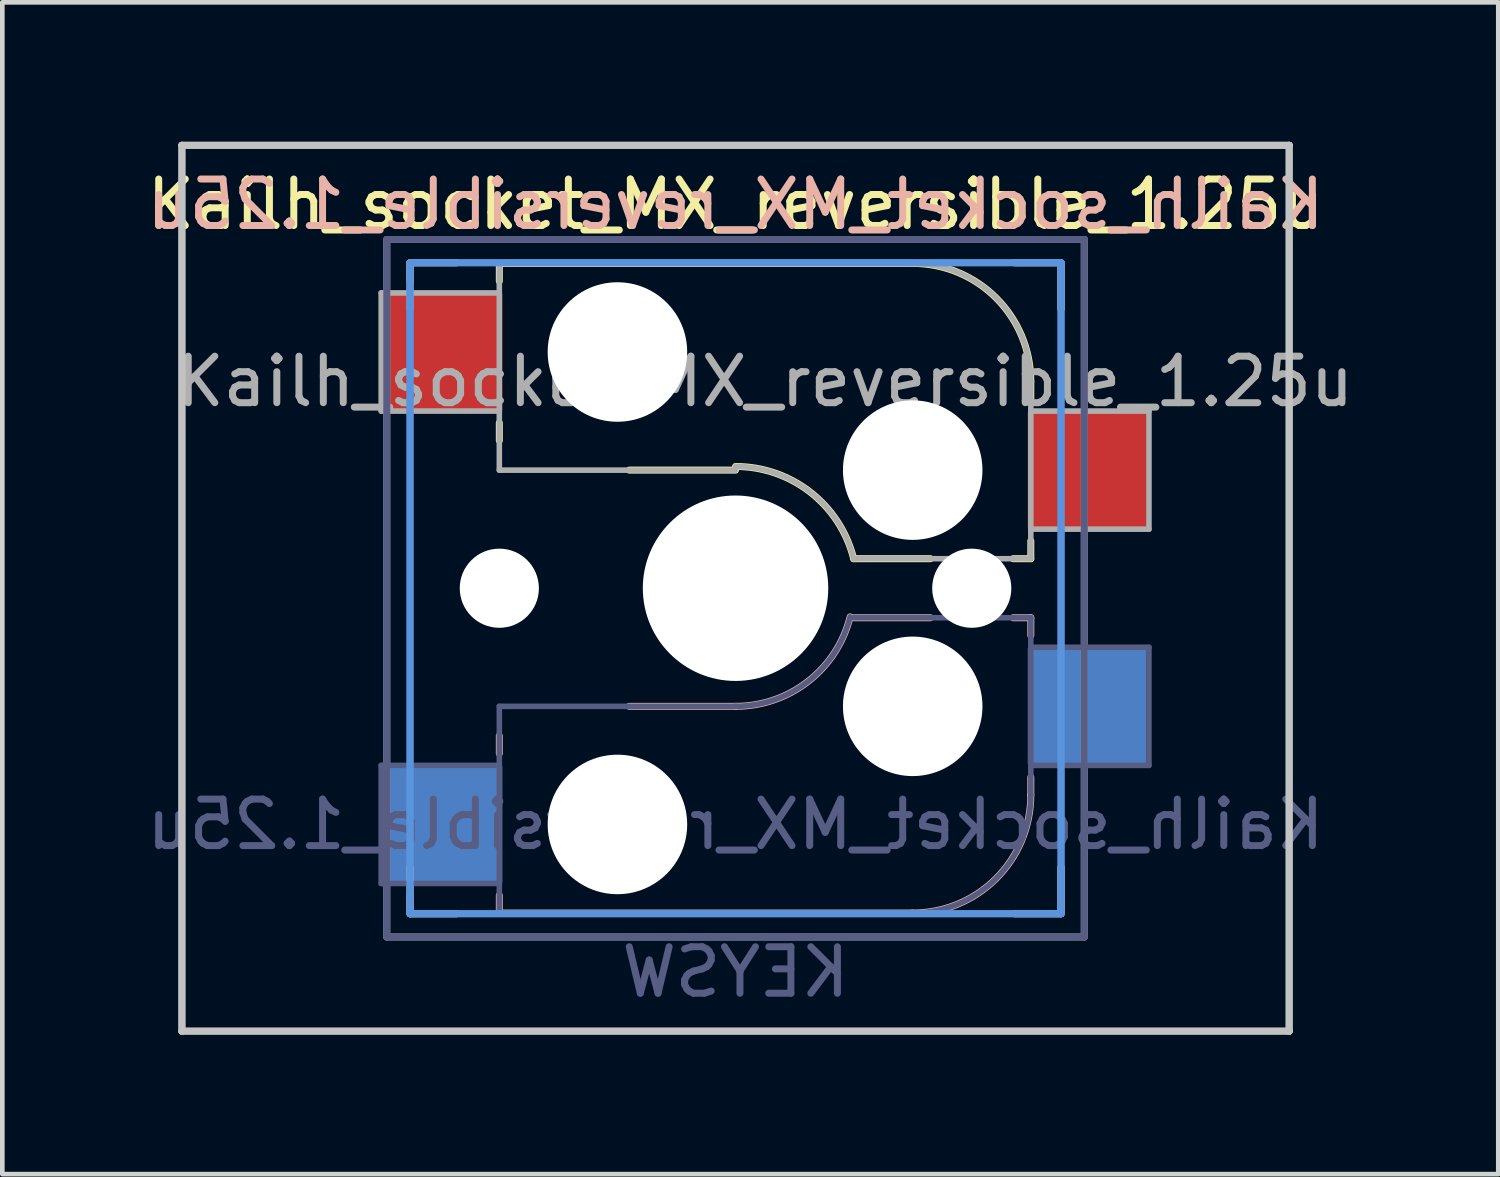
<source format=kicad_pcb>
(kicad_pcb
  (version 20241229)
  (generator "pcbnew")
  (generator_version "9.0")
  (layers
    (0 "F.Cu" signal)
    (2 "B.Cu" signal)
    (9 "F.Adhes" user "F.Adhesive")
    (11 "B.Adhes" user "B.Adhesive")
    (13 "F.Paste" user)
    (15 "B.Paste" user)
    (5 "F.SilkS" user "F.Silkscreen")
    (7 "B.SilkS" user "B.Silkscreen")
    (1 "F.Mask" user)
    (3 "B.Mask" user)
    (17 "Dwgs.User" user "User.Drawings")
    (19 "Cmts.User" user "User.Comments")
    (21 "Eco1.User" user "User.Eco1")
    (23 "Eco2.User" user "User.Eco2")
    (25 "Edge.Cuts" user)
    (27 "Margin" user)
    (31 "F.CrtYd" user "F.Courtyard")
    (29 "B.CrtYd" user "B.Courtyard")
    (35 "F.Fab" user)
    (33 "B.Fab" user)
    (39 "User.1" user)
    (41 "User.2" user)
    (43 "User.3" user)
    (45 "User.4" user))
  (footprint "Kailh_socket_MX_reversible_1.25u"
    (layer "F.Cu")
    (at 12.768 9.6)
    (property "Reference" "Kailh_socket_MX_reversible_1.25u" (at 0 -8.255 0) (layer "F.SilkS") (effects (font (size 1 1) (thickness 0.15))))
    (property "Value" "KEYSW" (at 0 8.255 0) (layer "F.Fab") (hide yes) (effects (font (size 1 1) (thickness 0.15))))
    (attr smd)
    (fp_line (start -7 -7) (end -6 -7) (stroke (width 0.15) (type solid)) (layer "F.SilkS"))
    (fp_line (start -7 -6.604) (end -7 -7) (stroke (width 0.15) (type solid)) (layer "F.SilkS"))
    (fp_line (start -7 7) (end -7 6) (stroke (width 0.15) (type solid)) (layer "F.SilkS"))
    (fp_line (start -6 7) (end -7 7) (stroke (width 0.15) (type solid)) (layer "F.SilkS"))
    (fp_line (start -5.08 -6.985) (end -5.08 -6.604) (stroke (width 0.15) (type solid)) (layer "F.SilkS"))
    (fp_line (start -5.08 -3.556) (end -5.08 -3.175) (stroke (width 0.15) (type solid)) (layer "F.SilkS"))
    (fp_line (start -2.286 -2.54) (end 0 -2.54) (stroke (width 0.15) (type solid)) (layer "F.SilkS"))
    (fp_line (start 2.54 -0.635) (end 4.191 -0.635) (stroke (width 0.15) (type solid)) (layer "F.SilkS"))
    (fp_line (start 3.81 -6.985) (end -5.08 -6.985) (stroke (width 0.15) (type solid)) (layer "F.SilkS"))
    (fp_line (start 5.969 -0.635) (end 6.35 -0.635) (stroke (width 0.15) (type solid)) (layer "F.SilkS"))
    (fp_line (start 6 -7) (end 7 -7) (stroke (width 0.15) (type solid)) (layer "F.SilkS"))
    (fp_line (start 6.35 -4.445) (end 6.35 -4.064) (stroke (width 0.15) (type solid)) (layer "F.SilkS"))
    (fp_line (start 6.35 -0.635) (end 6.35 -1.016) (stroke (width 0.15) (type solid)) (layer "F.SilkS"))
    (fp_line (start 7 -7) (end 7 -6) (stroke (width 0.15) (type solid)) (layer "F.SilkS"))
    (fp_line (start 7 6) (end 7 7) (stroke (width 0.15) (type solid)) (layer "F.SilkS"))
    (fp_line (start 7 7) (end 6 7) (stroke (width 0.15) (type solid)) (layer "F.SilkS"))
    (fp_arc (start 0.000001 -2.618171) (mid 1.611255 -2.063656) (end 2.539999 -0.634999) (stroke (width 0.15) (type solid)) (layer "F.SilkS"))
    (fp_arc (start 3.81 -6.985) (mid 5.606051 -6.241051) (end 6.35 -4.445) (stroke (width 0.15) (type solid)) (layer "F.SilkS"))
    (fp_line (start -7 -7) (end -6 -7) (stroke (width 0.15) (type solid)) (layer "B.SilkS"))
    (fp_line (start -7 -6) (end -7 -7) (stroke (width 0.15) (type solid)) (layer "B.SilkS"))
    (fp_line (start -7 7) (end -7 6.604) (stroke (width 0.15) (type solid)) (layer "B.SilkS"))
    (fp_line (start -6 7) (end -7 7) (stroke (width 0.15) (type solid)) (layer "B.SilkS"))
    (fp_line (start -5.08 3.175) (end -5.08 3.556) (stroke (width 0.15) (type solid)) (layer "B.SilkS"))
    (fp_line (start -5.08 6.604) (end -5.08 6.985) (stroke (width 0.15) (type solid)) (layer "B.SilkS"))
    (fp_line (start -5.08 6.985) (end 3.81 6.985) (stroke (width 0.15) (type solid)) (layer "B.SilkS"))
    (fp_line (start 0 2.54) (end -2.286 2.54) (stroke (width 0.15) (type solid)) (layer "B.SilkS"))
    (fp_line (start 4.191 0.635) (end 2.54 0.635) (stroke (width 0.15) (type solid)) (layer "B.SilkS"))
    (fp_line (start 6 -7) (end 7 -7) (stroke (width 0.15) (type solid)) (layer "B.SilkS"))
    (fp_line (start 6.35 0.635) (end 5.969 0.635) (stroke (width 0.15) (type solid)) (layer "B.SilkS"))
    (fp_line (start 6.35 1.016) (end 6.35 0.635) (stroke (width 0.15) (type solid)) (layer "B.SilkS"))
    (fp_line (start 6.35 4.445) (end 6.35 4.064) (stroke (width 0.15) (type solid)) (layer "B.SilkS"))
    (fp_line (start 7 -7) (end 7 -6) (stroke (width 0.15) (type solid)) (layer "B.SilkS"))
    (fp_line (start 7 6) (end 7 7) (stroke (width 0.15) (type solid)) (layer "B.SilkS"))
    (fp_line (start 7 7) (end 6 7) (stroke (width 0.15) (type solid)) (layer "B.SilkS"))
    (fp_arc (start 2.464162 0.61604) (mid 1.563147 2.002042) (end 0 2.54) (stroke (width 0.15) (type solid)) (layer "B.SilkS"))
    (fp_arc (start 6.35 4.445) (mid 5.606051 6.241051) (end 3.81 6.985) (stroke (width 0.15) (type solid)) (layer "B.SilkS"))
    (fp_line (start -11.906 -9.525) (end -11.906 -9.525) (stroke (width 0.15) (type solid)) (layer "Dwgs.User"))
    (fp_line (start -11.906 -9.525) (end -11.906 -9.525) (stroke (width 0.15) (type solid)) (layer "Dwgs.User"))
    (fp_line (start -11.906 -9.525) (end -11.906 9.525) (stroke (width 0.15) (type solid)) (layer "Dwgs.User"))
    (fp_line (start -11.906 -9.525) (end 11.906 -9.525) (stroke (width 0.15) (type solid)) (layer "Dwgs.User"))
    (fp_line (start -11.906 9.525) (end -11.906 -9.525) (stroke (width 0.15) (type solid)) (layer "Dwgs.User"))
    (fp_line (start -11.906 9.525) (end -11.906 9.525) (stroke (width 0.15) (type solid)) (layer "Dwgs.User"))
    (fp_line (start -11.906 9.525) (end -11.906 9.525) (stroke (width 0.15) (type solid)) (layer "Dwgs.User"))
    (fp_line (start -11.906 9.525) (end 11.906 9.525) (stroke (width 0.15) (type solid)) (layer "Dwgs.User"))
    (fp_line (start 11.906 -9.525) (end -11.906 -9.525) (stroke (width 0.15) (type solid)) (layer "Dwgs.User"))
    (fp_line (start 11.906 -9.525) (end 11.906 -9.525) (stroke (width 0.15) (type solid)) (layer "Dwgs.User"))
    (fp_line (start 11.906 -9.525) (end 11.906 -9.525) (stroke (width 0.15) (type solid)) (layer "Dwgs.User"))
    (fp_line (start 11.906 -9.525) (end 11.906 9.525) (stroke (width 0.15) (type solid)) (layer "Dwgs.User"))
    (fp_line (start 11.906 9.525) (end -11.906 9.525) (stroke (width 0.15) (type solid)) (layer "Dwgs.User"))
    (fp_line (start 11.906 9.525) (end 11.906 -9.525) (stroke (width 0.15) (type solid)) (layer "Dwgs.User"))
    (fp_line (start 11.906 9.525) (end 11.906 9.525) (stroke (width 0.15) (type solid)) (layer "Dwgs.User"))
    (fp_line (start 11.906 9.525) (end 11.906 9.525) (stroke (width 0.15) (type solid)) (layer "Dwgs.User"))
    (fp_line (start -7 -7) (end -7 7) (stroke (width 0.15) (type solid)) (layer "Cmts.User"))
    (fp_line (start -7 -7) (end 7 -7) (stroke (width 0.15) (type solid)) (layer "Cmts.User"))
    (fp_line (start -7 7) (end -7 -7) (stroke (width 0.15) (type solid)) (layer "Cmts.User"))
    (fp_line (start -7 7) (end -7 7) (stroke (width 0.15) (type solid)) (layer "Cmts.User"))
    (fp_line (start -7 7) (end -7 7) (stroke (width 0.15) (type solid)) (layer "Cmts.User"))
    (fp_line (start -7 7) (end 7 7) (stroke (width 0.15) (type solid)) (layer "Cmts.User"))
    (fp_line (start 7 -7) (end -7 -7) (stroke (width 0.15) (type solid)) (layer "Cmts.User"))
    (fp_line (start 7 -7) (end 7 -7) (stroke (width 0.15) (type solid)) (layer "Cmts.User"))
    (fp_line (start 7 -7) (end 7 -7) (stroke (width 0.15) (type solid)) (layer "Cmts.User"))
    (fp_line (start 7 -7) (end 7 7) (stroke (width 0.15) (type solid)) (layer "Cmts.User"))
    (fp_line (start 7 7) (end -7 7) (stroke (width 0.15) (type solid)) (layer "Cmts.User"))
    (fp_line (start 7 7) (end 7 -7) (stroke (width 0.15) (type solid)) (layer "Cmts.User"))
    (fp_line (start 7 7) (end 7 7) (stroke (width 0.15) (type solid)) (layer "Cmts.User"))
    (fp_line (start 7 7) (end 7 7) (stroke (width 0.15) (type solid)) (layer "Cmts.User"))
    (fp_line (start -6.9 6.9) (end -6.9 -6.9) (stroke (width 0.15) (type solid)) (layer "Eco2.User"))
    (fp_line (start -6.9 6.9) (end 6.9 6.9) (stroke (width 0.15) (type solid)) (layer "Eco2.User"))
    (fp_line (start 6.9 -6.9) (end -6.9 -6.9) (stroke (width 0.15) (type solid)) (layer "Eco2.User"))
    (fp_line (start 6.9 -6.9) (end 6.9 6.9) (stroke (width 0.15) (type solid)) (layer "Eco2.User"))
    (fp_line (start -7.62 3.81) (end -7.62 6.35) (stroke (width 0.12) (type solid)) (layer "B.Fab"))
    (fp_line (start -7.62 6.35) (end -5.08 6.35) (stroke (width 0.12) (type solid)) (layer "B.Fab"))
    (fp_line (start -7.5 -7.5) (end 7.5 -7.5) (stroke (width 0.15) (type solid)) (layer "B.Fab"))
    (fp_line (start -7.5 7.5) (end -7.5 -7.5) (stroke (width 0.15) (type solid)) (layer "B.Fab"))
    (fp_line (start -5.08 2.54) (end -5.08 6.985) (stroke (width 0.12) (type solid)) (layer "B.Fab"))
    (fp_line (start -5.08 3.81) (end -7.62 3.81) (stroke (width 0.12) (type solid)) (layer "B.Fab"))
    (fp_line (start -5.08 6.985) (end 3.81 6.985) (stroke (width 0.12) (type solid)) (layer "B.Fab"))
    (fp_line (start 0 2.54) (end -5.08 2.54) (stroke (width 0.12) (type solid)) (layer "B.Fab"))
    (fp_line (start 6.35 0.635) (end 2.54 0.635) (stroke (width 0.12) (type solid)) (layer "B.Fab"))
    (fp_line (start 6.35 3.81) (end 8.89 3.81) (stroke (width 0.12) (type solid)) (layer "B.Fab"))
    (fp_line (start 6.35 4.445) (end 6.35 0.635) (stroke (width 0.12) (type solid)) (layer "B.Fab"))
    (fp_line (start 7.5 -7.5) (end 7.5 7.5) (stroke (width 0.15) (type solid)) (layer "B.Fab"))
    (fp_line (start 7.5 7.5) (end -7.5 7.5) (stroke (width 0.15) (type solid)) (layer "B.Fab"))
    (fp_line (start 8.89 1.27) (end 6.35 1.27) (stroke (width 0.12) (type solid)) (layer "B.Fab"))
    (fp_line (start 8.89 3.81) (end 8.89 1.27) (stroke (width 0.12) (type solid)) (layer "B.Fab"))
    (fp_arc (start 2.464162 0.61604) (mid 1.563147 2.002042) (end 0 2.54) (stroke (width 0.12) (type solid)) (layer "B.Fab"))
    (fp_arc (start 6.35 4.445) (mid 5.606051 6.241051) (end 3.81 6.985) (stroke (width 0.12) (type solid)) (layer "B.Fab"))
    (fp_line (start -7.62 -6.35) (end -7.62 -3.81) (stroke (width 0.12) (type solid)) (layer "F.Fab"))
    (fp_line (start -7.62 -3.81) (end -5.08 -3.81) (stroke (width 0.12) (type solid)) (layer "F.Fab"))
    (fp_line (start -7.5 -7.5) (end 7.5 -7.5) (stroke (width 0.15) (type solid)) (layer "F.Fab"))
    (fp_line (start -7.5 7.5) (end -7.5 -7.5) (stroke (width 0.15) (type solid)) (layer "F.Fab"))
    (fp_line (start -5.08 -6.985) (end -5.08 -2.54) (stroke (width 0.12) (type solid)) (layer "F.Fab"))
    (fp_line (start -5.08 -6.35) (end -7.62 -6.35) (stroke (width 0.12) (type solid)) (layer "F.Fab"))
    (fp_line (start -5.08 -2.54) (end 0 -2.54) (stroke (width 0.12) (type solid)) (layer "F.Fab"))
    (fp_line (start 2.54 -0.635) (end 6.35 -0.635) (stroke (width 0.12) (type solid)) (layer "F.Fab"))
    (fp_line (start 3.81 -6.985) (end -5.08 -6.985) (stroke (width 0.12) (type solid)) (layer "F.Fab"))
    (fp_line (start 6.35 -1.27) (end 8.89 -1.27) (stroke (width 0.12) (type solid)) (layer "F.Fab"))
    (fp_line (start 6.35 -0.635) (end 6.35 -4.445) (stroke (width 0.12) (type solid)) (layer "F.Fab"))
    (fp_line (start 7.5 -7.5) (end 7.5 7.5) (stroke (width 0.15) (type solid)) (layer "F.Fab"))
    (fp_line (start 7.5 7.5) (end -7.5 7.5) (stroke (width 0.15) (type solid)) (layer "F.Fab"))
    (fp_line (start 8.89 -3.81) (end 6.35 -3.81) (stroke (width 0.12) (type solid)) (layer "F.Fab"))
    (fp_line (start 8.89 -1.27) (end 8.89 -3.81) (stroke (width 0.12) (type solid)) (layer "F.Fab"))
    (fp_arc (start 0.000001 -2.618171) (mid 1.611255 -2.063656) (end 2.539999 -0.634999) (stroke (width 0.12) (type solid)) (layer "F.Fab"))
    (fp_arc (start 3.81 -6.985) (mid 5.606051 -6.241051) (end 6.35 -4.445) (stroke (width 0.12) (type solid)) (layer "F.Fab"))
    (fp_poly (pts (xy 7.144 7.144) (xy -7.144 7.144) (xy -7.144 -7.144) (xy 7.144 -7.144)) (stroke (width 0.12) (type solid)) (fill no) (layer "User.2"))
    (fp_poly (pts (xy 2.381 8.334) (xy -2.381 8.334) (xy -2.381 -8.334) (xy 2.381 -8.334)) (stroke (width 0.12) (type solid)) (fill no) (layer "User.3"))
    (fp_text user "${REFERENCE}" (at 0 -8.255 0) (layer "B.SilkS") (effects (font (size 1 1) (thickness 0.15)) (justify mirror)))
    (fp_text user "${VALUE}" (at 0 8.255 0) (layer "B.Fab") (effects (font (size 1 1) (thickness 0.15)) (justify mirror)))
    (fp_text user "${REFERENCE}" (at 0 5.08 0) (layer "B.Fab") (effects (font (size 1 1) (thickness 0.15)) (justify mirror)))
    (fp_text user "${REFERENCE}" (at 0.635 -4.445 0) (layer "F.Fab") (effects (font (size 1 1) (thickness 0.15))))
    (pad "" np_thru_hole circle (at -5.08 0) (size 1.702 1.702) (drill 1.702) (layers "*.Cu" "*.Mask"))
    (pad "" np_thru_hole circle (at -2.54 -5.08) (size 3 3) (drill 3) (layers "*.Cu" "*.Mask"))
    (pad "" np_thru_hole circle (at -2.54 5.08) (size 3 3) (drill 3) (layers "*.Cu" "*.Mask"))
    (pad "" np_thru_hole circle (at 0 0) (size 3.988 3.988) (drill 3.988) (layers "*.Cu" "*.Mask"))
    (pad "" np_thru_hole circle (at 3.81 -2.54) (size 3 3) (drill 3) (layers "*.Cu" "*.Mask"))
    (pad "" np_thru_hole circle (at 3.81 2.54) (size 3 3) (drill 3) (layers "*.Cu" "*.Mask"))
    (pad "" np_thru_hole circle (at 5.08 0) (size 1.702 1.702) (drill 1.702) (layers "*.Cu" "*.Mask"))
    (pad "1" smd rect (at -6.29 -5.08) (size 2.55 2.5) (layers "F.Cu" "F.Mask" "F.Paste"))
    (pad "1" smd rect (at -6.29 5.08) (size 2.55 2.5) (layers "B.Cu" "B.Mask" "B.Paste"))
    (pad "2" smd rect (at 7.56 -2.54) (size 2.55 2.5) (layers "F.Cu" "F.Mask" "F.Paste"))
    (pad "2" smd rect (at 7.56 2.54) (size 2.55 2.5) (layers "B.Cu" "B.Mask" "B.Paste")))
  (gr_rect
    (start -3 -3)
    (end 29.171 22.2)
    (stroke (width 0.1) (type default))
    (fill no)
    (layer "Edge.Cuts")))
</source>
